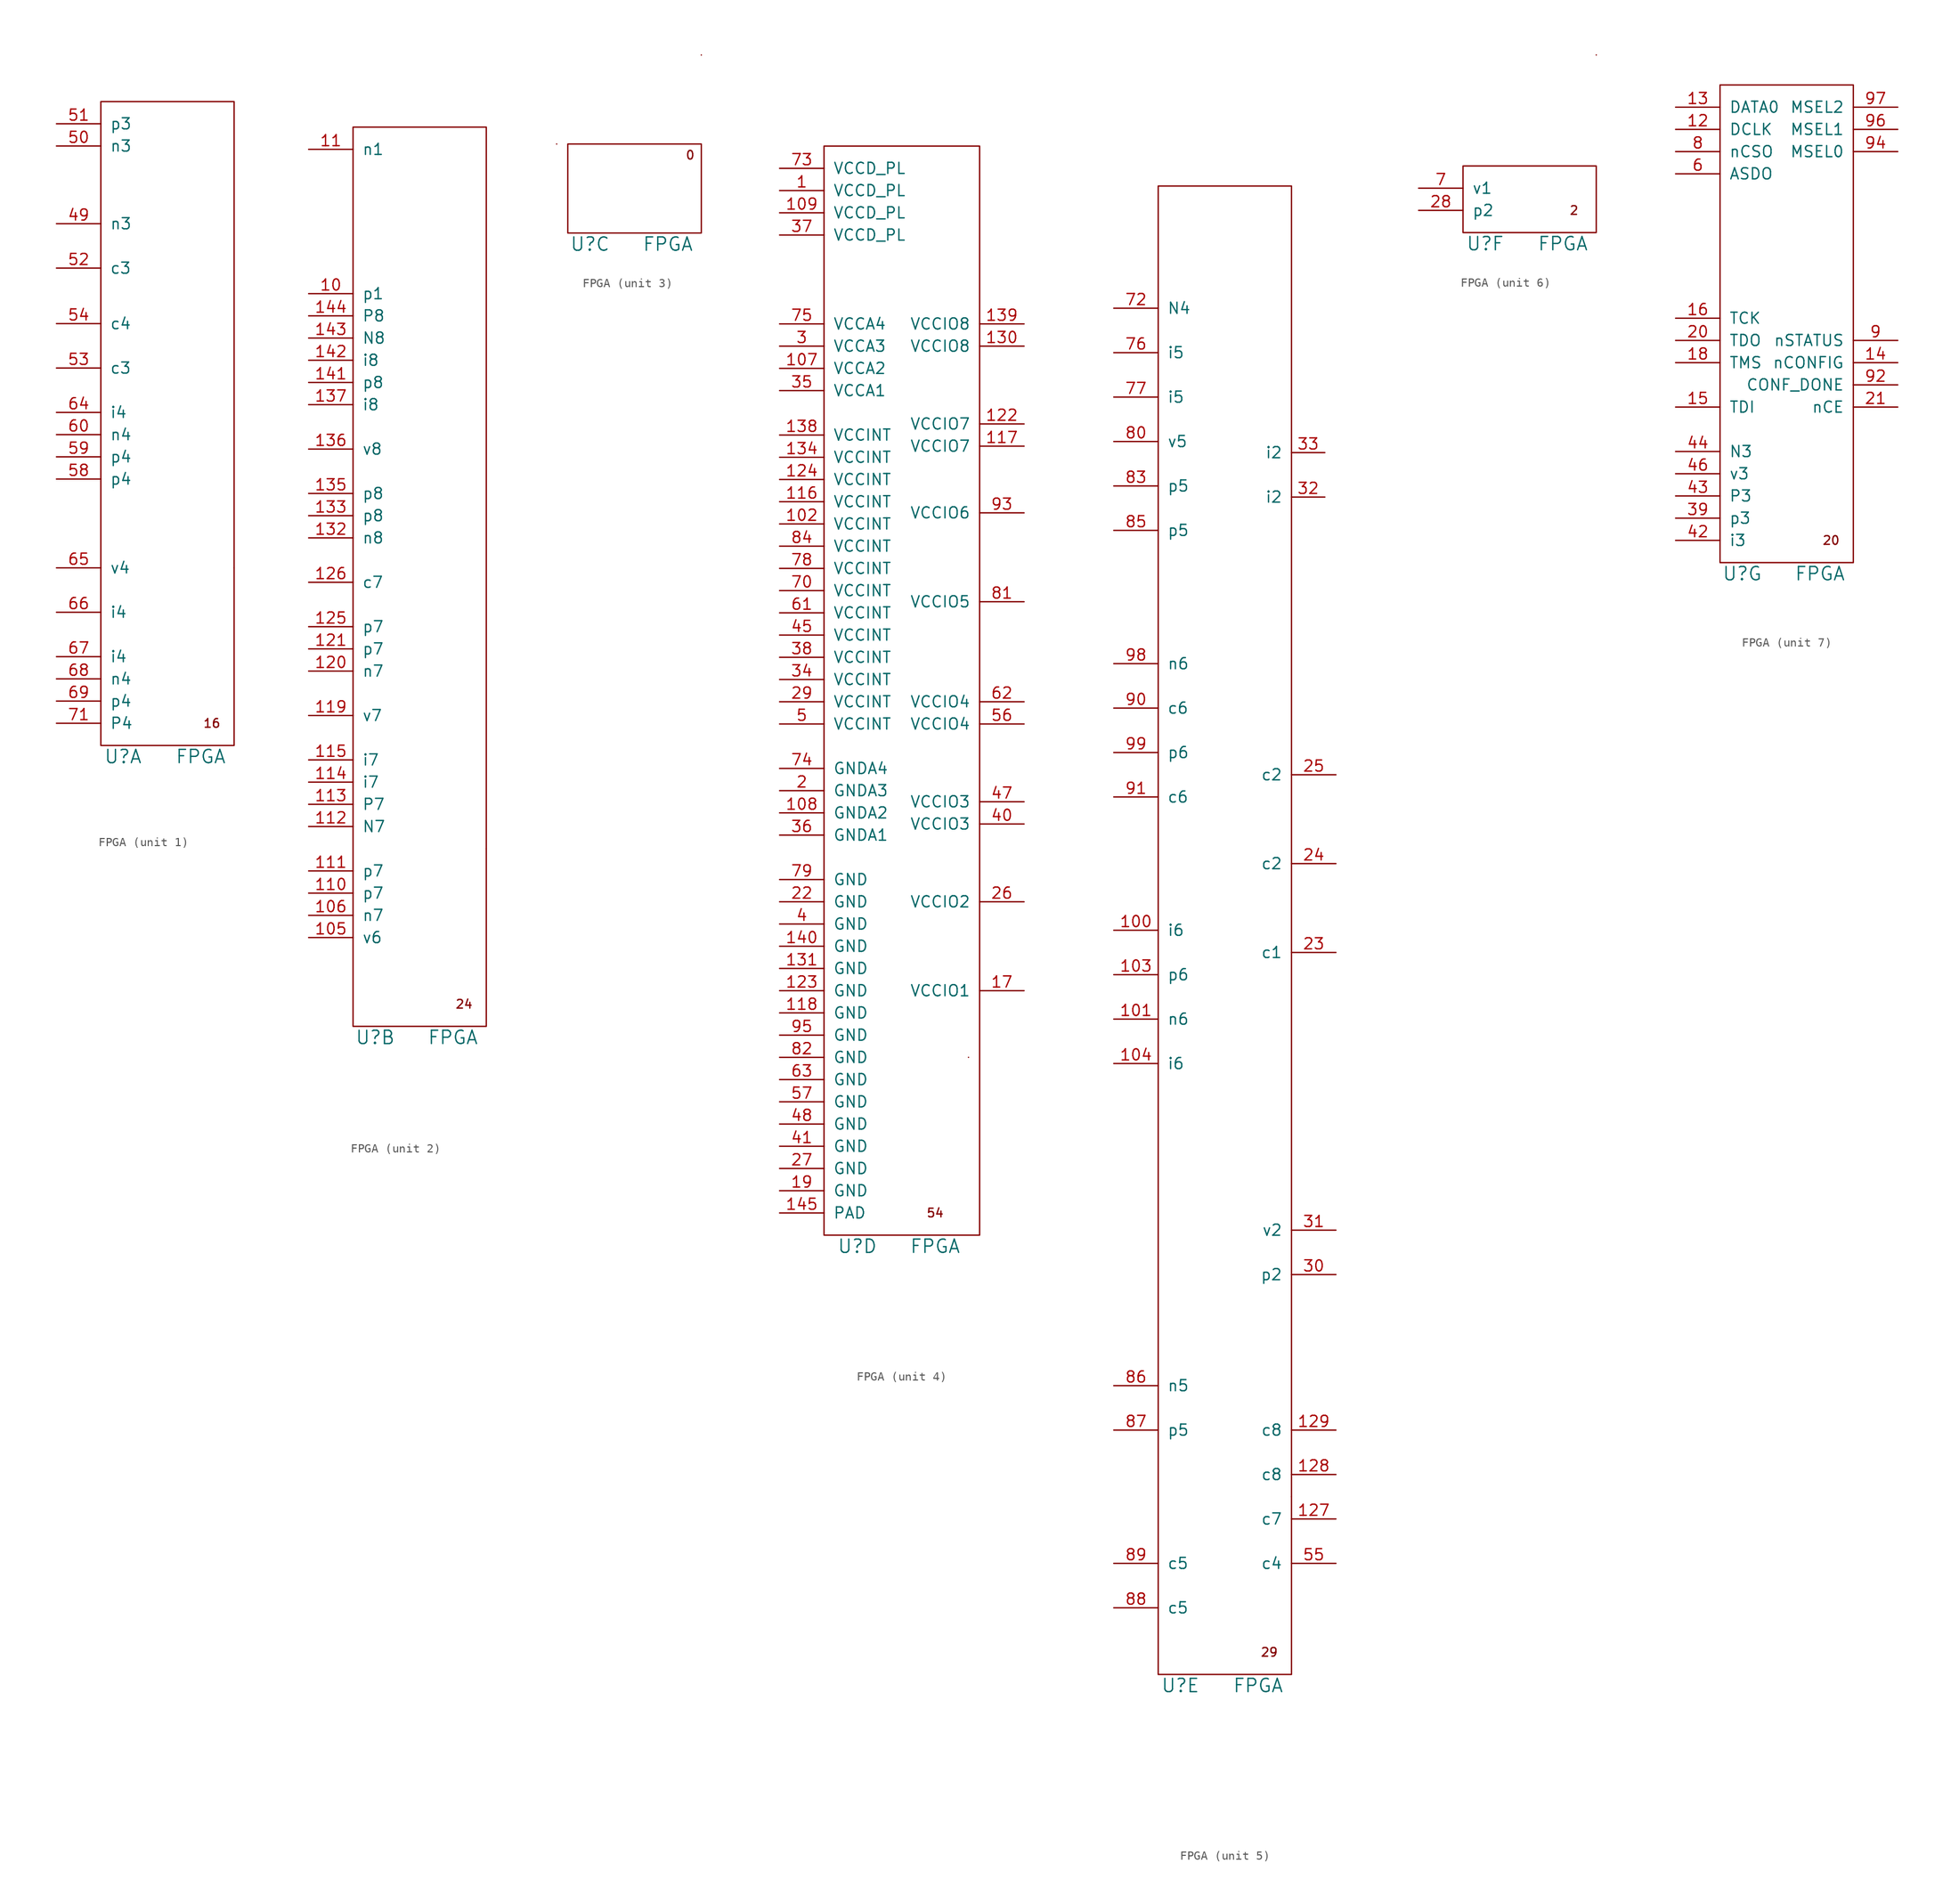
<source format=kicad_sym>
(kicad_symbol_lib
  (version 20220914)
  (generator kicad_symbol_editor)
  (symbol "FPGA"
    (pin_names
      (offset 1.016))
    (property "Reference" "U"
      (at 3.81 -1.27 0)
      (effects (font (size 1.524 1.524))))
    (property "Value" "FPGA"
      (at 12.7 -1.27 0)
      (effects (font (size 1.524 1.524))))
    (property "Footprint" ""
      (at 0 15.24 0)
      (effects (font (size 1.524 1.524))))
    (property "Datasheet" ""
      (at 0 15.24 0)
      (effects (font (size 1.524 1.524))))
    (property "ki_locked" ""
      (at 0 0 0)
      (effects (font (size 1.27 1.27))))
    (symbol "FPGA_0_1"
      (rectangle (start 16.51 20.32) (end 16.51 20.32) (stroke (width 0) (type solid)) (fill (type none))))
    (symbol "FPGA_1_1"
      (rectangle (start 1.27 73.66) (end 16.51 0) (stroke (width 0) (type solid)) (fill (type none)))
      (text "16" (at 13.97 2.54 0) (effects (font (size 0.991 0.991))))
      (pin bidirectional line (at -3.81 59.69 0) (length 5.08) (name "n3" (effects (font (size 1.27 1.27)))) (number "49" (effects (font (size 1.27 1.27)))))
      (pin bidirectional line (at -3.81 68.58 0) (length 5.08) (name "n3" (effects (font (size 1.27 1.27)))) (number "50" (effects (font (size 1.27 1.27)))))
      (pin bidirectional line (at -3.81 71.12 0) (length 5.08) (name "p3" (effects (font (size 1.27 1.27)))) (number "51" (effects (font (size 1.27 1.27)))))
      (pin bidirectional line (at -3.81 54.61 0) (length 5.08) (name "c3" (effects (font (size 1.27 1.27)))) (number "52" (effects (font (size 1.27 1.27)))))
      (pin bidirectional line (at -3.81 43.18 0) (length 5.08) (name "c3" (effects (font (size 1.27 1.27)))) (number "53" (effects (font (size 1.27 1.27)))))
      (pin bidirectional line (at -3.81 48.26 0) (length 5.08) (name "c4" (effects (font (size 1.27 1.27)))) (number "54" (effects (font (size 1.27 1.27)))))
      (pin bidirectional line (at -3.81 30.48 0) (length 5.08) (name "p4" (effects (font (size 1.27 1.27)))) (number "58" (effects (font (size 1.27 1.27)))))
      (pin bidirectional line (at -3.81 33.02 0) (length 5.08) (name "p4" (effects (font (size 1.27 1.27)))) (number "59" (effects (font (size 1.27 1.27)))))
      (pin bidirectional line (at -3.81 35.56 0) (length 5.08) (name "n4" (effects (font (size 1.27 1.27)))) (number "60" (effects (font (size 1.27 1.27)))))
      (pin bidirectional line (at -3.81 38.1 0) (length 5.08) (name "i4" (effects (font (size 1.27 1.27)))) (number "64" (effects (font (size 1.27 1.27)))))
      (pin bidirectional line (at -3.81 20.32 0) (length 5.08) (name "v4" (effects (font (size 1.27 1.27)))) (number "65" (effects (font (size 1.27 1.27)))))
      (pin bidirectional line (at -3.81 15.24 0) (length 5.08) (name "i4" (effects (font (size 1.27 1.27)))) (number "66" (effects (font (size 1.27 1.27)))))
      (pin input line (at -3.81 10.16 0) (length 5.08) (name "i4" (effects (font (size 1.27 1.27)))) (number "67" (effects (font (size 1.27 1.27)))))
      (pin input line (at -3.81 7.62 0) (length 5.08) (name "n4" (effects (font (size 1.27 1.27)))) (number "68" (effects (font (size 1.27 1.27)))))
      (pin input line (at -3.81 5.08 0) (length 5.08) (name "p4" (effects (font (size 1.27 1.27)))) (number "69" (effects (font (size 1.27 1.27)))))
      (pin input line (at -3.81 2.54 0) (length 5.08) (name "P4" (effects (font (size 1.27 1.27)))) (number "71" (effects (font (size 1.27 1.27))))))
    (symbol "FPGA_2_1"
      (rectangle (start 1.27 102.87) (end 16.51 0) (stroke (width 0) (type solid)) (fill (type none)))
      (text "24" (at 13.97 2.54 0) (effects (font (size 0.991 0.991))))
      (pin bidirectional line (at -3.81 83.82 0) (length 5.08) (name "p1" (effects (font (size 1.27 1.27)))) (number "10" (effects (font (size 1.27 1.27)))))
      (pin bidirectional line (at -3.81 10.16 0) (length 5.08) (name "v6" (effects (font (size 1.27 1.27)))) (number "105" (effects (font (size 1.27 1.27)))))
      (pin bidirectional line (at -3.81 12.7 0) (length 5.08) (name "n7" (effects (font (size 1.27 1.27)))) (number "106" (effects (font (size 1.27 1.27)))))
      (pin bidirectional line (at -3.81 100.33 0) (length 5.08) (name "n1" (effects (font (size 1.27 1.27)))) (number "11" (effects (font (size 1.27 1.27)))))
      (pin bidirectional line (at -3.81 15.24 0) (length 5.08) (name "p7" (effects (font (size 1.27 1.27)))) (number "110" (effects (font (size 1.27 1.27)))))
      (pin bidirectional line (at -3.81 17.78 0) (length 5.08) (name "p7" (effects (font (size 1.27 1.27)))) (number "111" (effects (font (size 1.27 1.27)))))
      (pin bidirectional line (at -3.81 22.86 0) (length 5.08) (name "N7" (effects (font (size 1.27 1.27)))) (number "112" (effects (font (size 1.27 1.27)))))
      (pin bidirectional line (at -3.81 25.4 0) (length 5.08) (name "P7" (effects (font (size 1.27 1.27)))) (number "113" (effects (font (size 1.27 1.27)))))
      (pin bidirectional line (at -3.81 27.94 0) (length 5.08) (name "i7" (effects (font (size 1.27 1.27)))) (number "114" (effects (font (size 1.27 1.27)))))
      (pin bidirectional line (at -3.81 30.48 0) (length 5.08) (name "i7" (effects (font (size 1.27 1.27)))) (number "115" (effects (font (size 1.27 1.27)))))
      (pin bidirectional line (at -3.81 35.56 0) (length 5.08) (name "v7" (effects (font (size 1.27 1.27)))) (number "119" (effects (font (size 1.27 1.27)))))
      (pin bidirectional line (at -3.81 40.64 0) (length 5.08) (name "n7" (effects (font (size 1.27 1.27)))) (number "120" (effects (font (size 1.27 1.27)))))
      (pin bidirectional line (at -3.81 43.18 0) (length 5.08) (name "p7" (effects (font (size 1.27 1.27)))) (number "121" (effects (font (size 1.27 1.27)))))
      (pin bidirectional line (at -3.81 45.72 0) (length 5.08) (name "p7" (effects (font (size 1.27 1.27)))) (number "125" (effects (font (size 1.27 1.27)))))
      (pin bidirectional line (at -3.81 50.8 0) (length 5.08) (name "c7" (effects (font (size 1.27 1.27)))) (number "126" (effects (font (size 1.27 1.27)))))
      (pin bidirectional line (at -3.81 55.88 0) (length 5.08) (name "n8" (effects (font (size 1.27 1.27)))) (number "132" (effects (font (size 1.27 1.27)))))
      (pin bidirectional line (at -3.81 58.42 0) (length 5.08) (name "p8" (effects (font (size 1.27 1.27)))) (number "133" (effects (font (size 1.27 1.27)))))
      (pin bidirectional line (at -3.81 60.96 0) (length 5.08) (name "p8" (effects (font (size 1.27 1.27)))) (number "135" (effects (font (size 1.27 1.27)))))
      (pin bidirectional line (at -3.81 66.04 0) (length 5.08) (name "v8" (effects (font (size 1.27 1.27)))) (number "136" (effects (font (size 1.27 1.27)))))
      (pin bidirectional line (at -3.81 71.12 0) (length 5.08) (name "i8" (effects (font (size 1.27 1.27)))) (number "137" (effects (font (size 1.27 1.27)))))
      (pin bidirectional line (at -3.81 73.66 0) (length 5.08) (name "p8" (effects (font (size 1.27 1.27)))) (number "141" (effects (font (size 1.27 1.27)))))
      (pin bidirectional line (at -3.81 76.2 0) (length 5.08) (name "i8" (effects (font (size 1.27 1.27)))) (number "142" (effects (font (size 1.27 1.27)))))
      (pin bidirectional line (at -3.81 78.74 0) (length 5.08) (name "N8" (effects (font (size 1.27 1.27)))) (number "143" (effects (font (size 1.27 1.27)))))
      (pin bidirectional line (at -3.81 81.28 0) (length 5.08) (name "P8" (effects (font (size 1.27 1.27)))) (number "144" (effects (font (size 1.27 1.27))))))
    (symbol "FPGA_3_1"
      (rectangle (start 0 10.16) (end 0 10.16) (stroke (width 0) (type solid)) (fill (type none)))
      (rectangle (start 1.27 10.16) (end 16.51 0) (stroke (width 0) (type solid)) (fill (type none)))
      (text "0" (at 15.24 8.89 0) (effects (font (size 0.991 0.991)))))
    (symbol "FPGA_4_1"
      (rectangle (start 0 124.46) (end 17.78 0) (stroke (width 0) (type solid)) (fill (type none)))
      (text "54" (at 12.7 2.54 0) (effects (font (size 0.991 0.991))))
      (pin power_in line (at -5.08 119.38 0) (length 5.08) (name "VCCD_PL" (effects (font (size 1.27 1.27)))) (number "1" (effects (font (size 1.27 1.27)))))
      (pin power_in line (at -5.08 81.28 0) (length 5.08) (name "VCCINT" (effects (font (size 1.27 1.27)))) (number "102" (effects (font (size 1.27 1.27)))))
      (pin power_in line (at -5.08 99.06 0) (length 5.08) (name "VCCA2" (effects (font (size 1.27 1.27)))) (number "107" (effects (font (size 1.27 1.27)))))
      (pin power_in line (at -5.08 48.26 0) (length 5.08) (name "GNDA2" (effects (font (size 1.27 1.27)))) (number "108" (effects (font (size 1.27 1.27)))))
      (pin power_in line (at -5.08 116.84 0) (length 5.08) (name "VCCD_PL" (effects (font (size 1.27 1.27)))) (number "109" (effects (font (size 1.27 1.27)))))
      (pin power_in line (at -5.08 83.82 0) (length 5.08) (name "VCCINT" (effects (font (size 1.27 1.27)))) (number "116" (effects (font (size 1.27 1.27)))))
      (pin power_in line (at 22.86 90.17 180) (length 5.08) (name "VCCIO7" (effects (font (size 1.27 1.27)))) (number "117" (effects (font (size 1.27 1.27)))))
      (pin power_in line (at -5.08 25.4 0) (length 5.08) (name "GND" (effects (font (size 1.27 1.27)))) (number "118" (effects (font (size 1.27 1.27)))))
      (pin power_in line (at 22.86 92.71 180) (length 5.08) (name "VCCIO7" (effects (font (size 1.27 1.27)))) (number "122" (effects (font (size 1.27 1.27)))))
      (pin power_in line (at -5.08 27.94 0) (length 5.08) (name "GND" (effects (font (size 1.27 1.27)))) (number "123" (effects (font (size 1.27 1.27)))))
      (pin power_in line (at -5.08 86.36 0) (length 5.08) (name "VCCINT" (effects (font (size 1.27 1.27)))) (number "124" (effects (font (size 1.27 1.27)))))
      (pin power_in line (at 22.86 101.6 180) (length 5.08) (name "VCCIO8" (effects (font (size 1.27 1.27)))) (number "130" (effects (font (size 1.27 1.27)))))
      (pin power_in line (at -5.08 30.48 0) (length 5.08) (name "GND" (effects (font (size 1.27 1.27)))) (number "131" (effects (font (size 1.27 1.27)))))
      (pin power_in line (at -5.08 88.9 0) (length 5.08) (name "VCCINT" (effects (font (size 1.27 1.27)))) (number "134" (effects (font (size 1.27 1.27)))))
      (pin power_in line (at -5.08 91.44 0) (length 5.08) (name "VCCINT" (effects (font (size 1.27 1.27)))) (number "138" (effects (font (size 1.27 1.27)))))
      (pin power_in line (at 22.86 104.14 180) (length 5.08) (name "VCCIO8" (effects (font (size 1.27 1.27)))) (number "139" (effects (font (size 1.27 1.27)))))
      (pin power_in line (at -5.08 33.02 0) (length 5.08) (name "GND" (effects (font (size 1.27 1.27)))) (number "140" (effects (font (size 1.27 1.27)))))
      (pin power_in line (at -5.08 2.54 0) (length 5.08) (name "PAD" (effects (font (size 1.27 1.27)))) (number "145" (effects (font (size 1.27 1.27)))))
      (pin power_in line (at 22.86 27.94 180) (length 5.08) (name "VCCIO1" (effects (font (size 1.27 1.27)))) (number "17" (effects (font (size 1.27 1.27)))))
      (pin power_in line (at -5.08 5.08 0) (length 5.08) (name "GND" (effects (font (size 1.27 1.27)))) (number "19" (effects (font (size 1.27 1.27)))))
      (pin power_in line (at -5.08 50.8 0) (length 5.08) (name "GNDA3" (effects (font (size 1.27 1.27)))) (number "2" (effects (font (size 1.27 1.27)))))
      (pin power_in line (at -5.08 38.1 0) (length 5.08) (name "GND" (effects (font (size 1.27 1.27)))) (number "22" (effects (font (size 1.27 1.27)))))
      (pin power_in line (at 22.86 38.1 180) (length 5.08) (name "VCCIO2" (effects (font (size 1.27 1.27)))) (number "26" (effects (font (size 1.27 1.27)))))
      (pin power_in line (at -5.08 7.62 0) (length 5.08) (name "GND" (effects (font (size 1.27 1.27)))) (number "27" (effects (font (size 1.27 1.27)))))
      (pin power_in line (at -5.08 60.96 0) (length 5.08) (name "VCCINT" (effects (font (size 1.27 1.27)))) (number "29" (effects (font (size 1.27 1.27)))))
      (pin power_in line (at -5.08 101.6 0) (length 5.08) (name "VCCA3" (effects (font (size 1.27 1.27)))) (number "3" (effects (font (size 1.27 1.27)))))
      (pin power_in line (at -5.08 63.5 0) (length 5.08) (name "VCCINT" (effects (font (size 1.27 1.27)))) (number "34" (effects (font (size 1.27 1.27)))))
      (pin power_in line (at -5.08 96.52 0) (length 5.08) (name "VCCA1" (effects (font (size 1.27 1.27)))) (number "35" (effects (font (size 1.27 1.27)))))
      (pin power_in line (at -5.08 45.72 0) (length 5.08) (name "GNDA1" (effects (font (size 1.27 1.27)))) (number "36" (effects (font (size 1.27 1.27)))))
      (pin power_in line (at -5.08 114.3 0) (length 5.08) (name "VCCD_PL" (effects (font (size 1.27 1.27)))) (number "37" (effects (font (size 1.27 1.27)))))
      (pin power_in line (at -5.08 66.04 0) (length 5.08) (name "VCCINT" (effects (font (size 1.27 1.27)))) (number "38" (effects (font (size 1.27 1.27)))))
      (pin power_in line (at -5.08 35.56 0) (length 5.08) (name "GND" (effects (font (size 1.27 1.27)))) (number "4" (effects (font (size 1.27 1.27)))))
      (pin power_in line (at 22.86 46.99 180) (length 5.08) (name "VCCIO3" (effects (font (size 1.27 1.27)))) (number "40" (effects (font (size 1.27 1.27)))))
      (pin power_in line (at -5.08 10.16 0) (length 5.08) (name "GND" (effects (font (size 1.27 1.27)))) (number "41" (effects (font (size 1.27 1.27)))))
      (pin power_in line (at -5.08 68.58 0) (length 5.08) (name "VCCINT" (effects (font (size 1.27 1.27)))) (number "45" (effects (font (size 1.27 1.27)))))
      (pin power_in line (at 22.86 49.53 180) (length 5.08) (name "VCCIO3" (effects (font (size 1.27 1.27)))) (number "47" (effects (font (size 1.27 1.27)))))
      (pin power_in line (at -5.08 12.7 0) (length 5.08) (name "GND" (effects (font (size 1.27 1.27)))) (number "48" (effects (font (size 1.27 1.27)))))
      (pin power_in line (at -5.08 58.42 0) (length 5.08) (name "VCCINT" (effects (font (size 1.27 1.27)))) (number "5" (effects (font (size 1.27 1.27)))))
      (pin power_in line (at 22.86 58.42 180) (length 5.08) (name "VCCIO4" (effects (font (size 1.27 1.27)))) (number "56" (effects (font (size 1.27 1.27)))))
      (pin power_in line (at -5.08 15.24 0) (length 5.08) (name "GND" (effects (font (size 1.27 1.27)))) (number "57" (effects (font (size 1.27 1.27)))))
      (pin power_in line (at -5.08 71.12 0) (length 5.08) (name "VCCINT" (effects (font (size 1.27 1.27)))) (number "61" (effects (font (size 1.27 1.27)))))
      (pin power_in line (at 22.86 60.96 180) (length 5.08) (name "VCCIO4" (effects (font (size 1.27 1.27)))) (number "62" (effects (font (size 1.27 1.27)))))
      (pin power_in line (at -5.08 17.78 0) (length 5.08) (name "GND" (effects (font (size 1.27 1.27)))) (number "63" (effects (font (size 1.27 1.27)))))
      (pin power_in line (at -5.08 73.66 0) (length 5.08) (name "VCCINT" (effects (font (size 1.27 1.27)))) (number "70" (effects (font (size 1.27 1.27)))))
      (pin power_in line (at -5.08 121.92 0) (length 5.08) (name "VCCD_PL" (effects (font (size 1.27 1.27)))) (number "73" (effects (font (size 1.27 1.27)))))
      (pin power_in line (at -5.08 53.34 0) (length 5.08) (name "GNDA4" (effects (font (size 1.27 1.27)))) (number "74" (effects (font (size 1.27 1.27)))))
      (pin power_in line (at -5.08 104.14 0) (length 5.08) (name "VCCA4" (effects (font (size 1.27 1.27)))) (number "75" (effects (font (size 1.27 1.27)))))
      (pin power_in line (at -5.08 76.2 0) (length 5.08) (name "VCCINT" (effects (font (size 1.27 1.27)))) (number "78" (effects (font (size 1.27 1.27)))))
      (pin power_in line (at -5.08 40.64 0) (length 5.08) (name "GND" (effects (font (size 1.27 1.27)))) (number "79" (effects (font (size 1.27 1.27)))))
      (pin power_in line (at 22.86 72.39 180) (length 5.08) (name "VCCIO5" (effects (font (size 1.27 1.27)))) (number "81" (effects (font (size 1.27 1.27)))))
      (pin power_in line (at -5.08 20.32 0) (length 5.08) (name "GND" (effects (font (size 1.27 1.27)))) (number "82" (effects (font (size 1.27 1.27)))))
      (pin power_in line (at -5.08 78.74 0) (length 5.08) (name "VCCINT" (effects (font (size 1.27 1.27)))) (number "84" (effects (font (size 1.27 1.27)))))
      (pin power_in line (at 22.86 82.55 180) (length 5.08) (name "VCCIO6" (effects (font (size 1.27 1.27)))) (number "93" (effects (font (size 1.27 1.27)))))
      (pin power_in line (at -5.08 22.86 0) (length 5.08) (name "GND" (effects (font (size 1.27 1.27)))) (number "95" (effects (font (size 1.27 1.27))))))
    (symbol "FPGA_5_1"
      (rectangle (start 1.27 170.18) (end 16.51 0) (stroke (width 0) (type solid)) (fill (type none)))
      (text "29" (at 13.97 2.54 0) (effects (font (size 0.991 0.991))))
      (pin output line (at -3.81 85.09 0) (length 5.08) (name "i6" (effects (font (size 1.27 1.27)))) (number "100" (effects (font (size 1.27 1.27)))))
      (pin output line (at -3.81 74.93 0) (length 5.08) (name "n6" (effects (font (size 1.27 1.27)))) (number "101" (effects (font (size 1.27 1.27)))))
      (pin input line (at -3.81 80.01 0) (length 5.08) (name "p6" (effects (font (size 1.27 1.27)))) (number "103" (effects (font (size 1.27 1.27)))))
      (pin input line (at -3.81 69.85 0) (length 5.08) (name "i6" (effects (font (size 1.27 1.27)))) (number "104" (effects (font (size 1.27 1.27)))))
      (pin input line (at 21.59 17.78 180) (length 5.08) (name "c7" (effects (font (size 1.27 1.27)))) (number "127" (effects (font (size 1.27 1.27)))))
      (pin input line (at 21.59 22.86 180) (length 5.08) (name "c8" (effects (font (size 1.27 1.27)))) (number "128" (effects (font (size 1.27 1.27)))))
      (pin input line (at 21.59 27.94 180) (length 5.08) (name "c8" (effects (font (size 1.27 1.27)))) (number "129" (effects (font (size 1.27 1.27)))))
      (pin input line (at 21.59 82.55 180) (length 5.08) (name "c1" (effects (font (size 1.27 1.27)))) (number "23" (effects (font (size 1.27 1.27)))))
      (pin input line (at 21.59 92.71 180) (length 5.08) (name "c2" (effects (font (size 1.27 1.27)))) (number "24" (effects (font (size 1.27 1.27)))))
      (pin input line (at 21.59 102.87 180) (length 5.08) (name "c2" (effects (font (size 1.27 1.27)))) (number "25" (effects (font (size 1.27 1.27)))))
      (pin input line (at 21.59 45.72 180) (length 5.08) (name "p2" (effects (font (size 1.27 1.27)))) (number "30" (effects (font (size 1.27 1.27)))))
      (pin input line (at 21.59 50.8 180) (length 5.08) (name "v2" (effects (font (size 1.27 1.27)))) (number "31" (effects (font (size 1.27 1.27)))))
      (pin power_out line (at 20.32 134.62 180) (length 3.81) (name "i2" (effects (font (size 1.27 1.27)))) (number "32" (effects (font (size 1.27 1.27)))))
      (pin power_out line (at 20.32 139.7 180) (length 3.81) (name "i2" (effects (font (size 1.27 1.27)))) (number "33" (effects (font (size 1.27 1.27)))))
      (pin bidirectional line (at 21.59 12.7 180) (length 5.08) (name "c4" (effects (font (size 1.27 1.27)))) (number "55" (effects (font (size 1.27 1.27)))))
      (pin input line (at -3.81 156.21 0) (length 5.08) (name "N4" (effects (font (size 1.27 1.27)))) (number "72" (effects (font (size 1.27 1.27)))))
      (pin bidirectional line (at -3.81 151.13 0) (length 5.08) (name "i5" (effects (font (size 1.27 1.27)))) (number "76" (effects (font (size 1.27 1.27)))))
      (pin bidirectional line (at -3.81 146.05 0) (length 5.08) (name "i5" (effects (font (size 1.27 1.27)))) (number "77" (effects (font (size 1.27 1.27)))))
      (pin bidirectional line (at -3.81 140.97 0) (length 5.08) (name "v5" (effects (font (size 1.27 1.27)))) (number "80" (effects (font (size 1.27 1.27)))))
      (pin bidirectional line (at -3.81 135.89 0) (length 5.08) (name "p5" (effects (font (size 1.27 1.27)))) (number "83" (effects (font (size 1.27 1.27)))))
      (pin bidirectional line (at -3.81 130.81 0) (length 5.08) (name "p5" (effects (font (size 1.27 1.27)))) (number "85" (effects (font (size 1.27 1.27)))))
      (pin bidirectional line (at -3.81 33.02 0) (length 5.08) (name "n5" (effects (font (size 1.27 1.27)))) (number "86" (effects (font (size 1.27 1.27)))))
      (pin bidirectional line (at -3.81 27.94 0) (length 5.08) (name "p5" (effects (font (size 1.27 1.27)))) (number "87" (effects (font (size 1.27 1.27)))))
      (pin bidirectional line (at -3.81 7.62 0) (length 5.08) (name "c5" (effects (font (size 1.27 1.27)))) (number "88" (effects (font (size 1.27 1.27)))))
      (pin bidirectional line (at -3.81 12.7 0) (length 5.08) (name "c5" (effects (font (size 1.27 1.27)))) (number "89" (effects (font (size 1.27 1.27)))))
      (pin input line (at -3.81 110.49 0) (length 5.08) (name "c6" (effects (font (size 1.27 1.27)))) (number "90" (effects (font (size 1.27 1.27)))))
      (pin input line (at -3.81 100.33 0) (length 5.08) (name "c6" (effects (font (size 1.27 1.27)))) (number "91" (effects (font (size 1.27 1.27)))))
      (pin output line (at -3.81 115.57 0) (length 5.08) (name "n6" (effects (font (size 1.27 1.27)))) (number "98" (effects (font (size 1.27 1.27)))))
      (pin output line (at -3.81 105.41 0) (length 5.08) (name "p6" (effects (font (size 1.27 1.27)))) (number "99" (effects (font (size 1.27 1.27))))))
    (symbol "FPGA_6_1"
      (rectangle (start 1.27 7.62) (end 16.51 0) (stroke (width 0) (type solid)) (fill (type none)))
      (text "2" (at 13.97 2.54 0) (effects (font (size 0.991 0.991))))
      (pin input line (at -3.81 2.54 0) (length 5.08) (name "p2" (effects (font (size 1.27 1.27)))) (number "28" (effects (font (size 1.27 1.27)))))
      (pin input line (at -3.81 5.08 0) (length 5.08) (name "v1" (effects (font (size 1.27 1.27)))) (number "7" (effects (font (size 1.27 1.27))))))
    (symbol "FPGA_7_1"
      (rectangle (start 1.27 54.61) (end 16.51 0) (stroke (width 0) (type solid)) (fill (type none)))
      (text "20" (at 13.97 2.54 0) (effects (font (size 0.991 0.991))))
      (pin bidirectional line (at -3.81 49.53 0) (length 5.08) (name "DCLK" (effects (font (size 1.27 1.27)))) (number "12" (effects (font (size 1.27 1.27)))))
      (pin bidirectional line (at -3.81 52.07 0) (length 5.08) (name "DATA0" (effects (font (size 1.27 1.27)))) (number "13" (effects (font (size 1.27 1.27)))))
      (pin bidirectional line (at 21.59 22.86 180) (length 5.08) (name "nCONFIG" (effects (font (size 1.27 1.27)))) (number "14" (effects (font (size 1.27 1.27)))))
      (pin bidirectional line (at -3.81 17.78 0) (length 5.08) (name "TDI" (effects (font (size 1.27 1.27)))) (number "15" (effects (font (size 1.27 1.27)))))
      (pin bidirectional line (at -3.81 27.94 0) (length 5.08) (name "TCK" (effects (font (size 1.27 1.27)))) (number "16" (effects (font (size 1.27 1.27)))))
      (pin bidirectional line (at -3.81 22.86 0) (length 5.08) (name "TMS" (effects (font (size 1.27 1.27)))) (number "18" (effects (font (size 1.27 1.27)))))
      (pin output line (at -3.81 25.4 0) (length 5.08) (name "TDO" (effects (font (size 1.27 1.27)))) (number "20" (effects (font (size 1.27 1.27)))))
      (pin bidirectional line (at 21.59 17.78 180) (length 5.08) (name "nCE" (effects (font (size 1.27 1.27)))) (number "21" (effects (font (size 1.27 1.27)))))
      (pin input line (at -3.81 5.08 0) (length 5.08) (name "p3" (effects (font (size 1.27 1.27)))) (number "39" (effects (font (size 1.27 1.27)))))
      (pin input line (at -3.81 2.54 0) (length 5.08) (name "i3" (effects (font (size 1.27 1.27)))) (number "42" (effects (font (size 1.27 1.27)))))
      (pin input line (at -3.81 7.62 0) (length 5.08) (name "P3" (effects (font (size 1.27 1.27)))) (number "43" (effects (font (size 1.27 1.27)))))
      (pin input line (at -3.81 12.7 0) (length 5.08) (name "N3" (effects (font (size 1.27 1.27)))) (number "44" (effects (font (size 1.27 1.27)))))
      (pin input line (at -3.81 10.16 0) (length 5.08) (name "v3" (effects (font (size 1.27 1.27)))) (number "46" (effects (font (size 1.27 1.27)))))
      (pin bidirectional line (at -3.81 44.45 0) (length 5.08) (name "ASDO" (effects (font (size 1.27 1.27)))) (number "6" (effects (font (size 1.27 1.27)))))
      (pin bidirectional line (at -3.81 46.99 0) (length 5.08) (name "nCSO" (effects (font (size 1.27 1.27)))) (number "8" (effects (font (size 1.27 1.27)))))
      (pin bidirectional line (at 21.59 25.4 180) (length 5.08) (name "nSTATUS" (effects (font (size 1.27 1.27)))) (number "9" (effects (font (size 1.27 1.27)))))
      (pin bidirectional line (at 21.59 20.32 180) (length 5.08) (name "CONF_DONE" (effects (font (size 1.27 1.27)))) (number "92" (effects (font (size 1.27 1.27)))))
      (pin bidirectional line (at 21.59 46.99 180) (length 5.08) (name "MSEL0" (effects (font (size 1.27 1.27)))) (number "94" (effects (font (size 1.27 1.27)))))
      (pin bidirectional line (at 21.59 49.53 180) (length 5.08) (name "MSEL1" (effects (font (size 1.27 1.27)))) (number "96" (effects (font (size 1.27 1.27)))))
      (pin bidirectional line (at 21.59 52.07 180) (length 5.08) (name "MSEL2" (effects (font (size 1.27 1.27)))) (number "97" (effects (font (size 1.27 1.27))))))))
</source>
